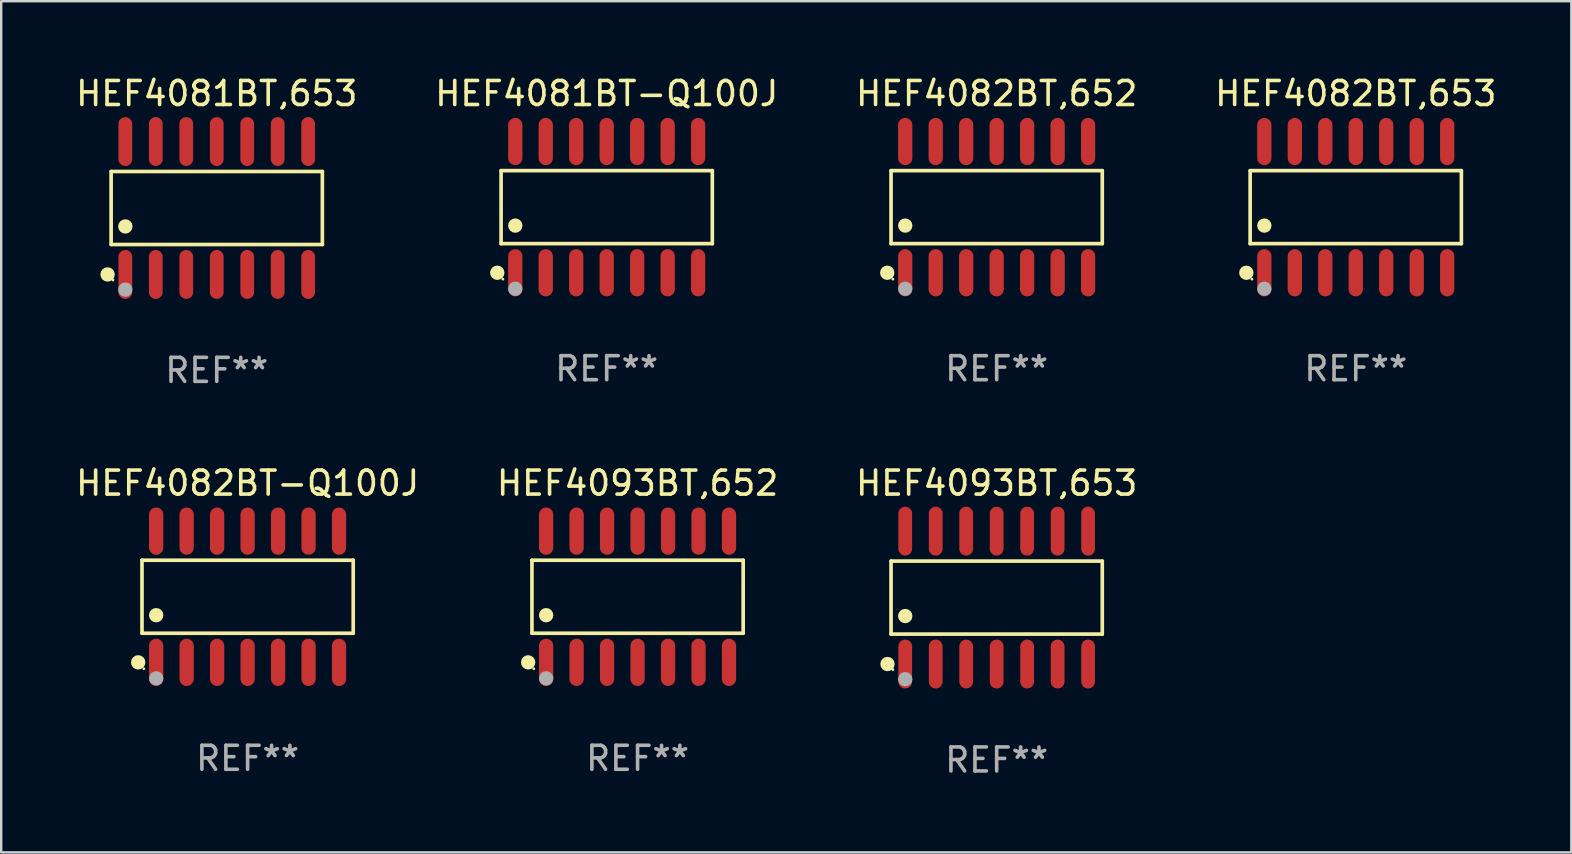
<source format=kicad_pcb>
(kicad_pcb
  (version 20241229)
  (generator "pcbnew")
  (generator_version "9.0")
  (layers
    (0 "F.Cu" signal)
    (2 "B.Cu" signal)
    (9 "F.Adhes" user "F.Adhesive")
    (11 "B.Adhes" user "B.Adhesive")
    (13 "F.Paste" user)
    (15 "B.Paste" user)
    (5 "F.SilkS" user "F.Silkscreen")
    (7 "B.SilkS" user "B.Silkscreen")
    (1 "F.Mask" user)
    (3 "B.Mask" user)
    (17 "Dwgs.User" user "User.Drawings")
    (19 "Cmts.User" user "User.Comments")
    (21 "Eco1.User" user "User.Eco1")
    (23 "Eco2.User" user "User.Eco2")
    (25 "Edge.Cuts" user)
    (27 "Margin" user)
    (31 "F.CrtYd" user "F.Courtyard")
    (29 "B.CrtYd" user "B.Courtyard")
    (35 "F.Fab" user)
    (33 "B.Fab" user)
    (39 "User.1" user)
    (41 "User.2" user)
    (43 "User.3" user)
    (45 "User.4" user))
  (footprint "HEF4093BT,652"
    (layer "F.Cu")
    (at 23.518 21.817)
    (property "Reference" "HEF4093BT,652" (at 0 -4.734 0) (layer "F.SilkS") (effects (font (size 1 1) (thickness 0.15))))
    (attr through_hole)
    (fp_line (start -4.401 -1.521) (end 4.401 -1.521) (stroke (width 0.152) (type solid)) (layer "F.SilkS"))
    (fp_line (start -4.401 1.521) (end -4.401 -1.521) (stroke (width 0.152) (type solid)) (layer "F.SilkS"))
    (fp_line (start 4.401 -1.521) (end 4.401 1.521) (stroke (width 0.152) (type solid)) (layer "F.SilkS"))
    (fp_line (start 4.401 1.521) (end -4.401 1.521) (stroke (width 0.152) (type solid)) (layer "F.SilkS"))
    (fp_circle (center -4.56 2.734) (end -4.41 2.734) (stroke (width 0.3) (type solid)) (fill no) (layer "F.SilkS"))
    (fp_circle (center -4.325 3) (end -4.295 3) (stroke (width 0.06) (type solid)) (fill no) (layer "F.SilkS"))
    (fp_circle (center -3.81 0.769) (end -3.66 0.769) (stroke (width 0.3) (type solid)) (fill no) (layer "F.SilkS"))
    (fp_circle (center -3.81 3.4) (end -3.66 3.4) (stroke (width 0.3) (type solid)) (fill no) (layer "F.Fab"))
    (fp_text user "REF**" (at 0 6.734 0) (layer "F.Fab") (effects (font (size 1 1) (thickness 0.15))))
    (pad "1" smd oval (at -3.81 2.734) (size 0.595 1.968) (layers "F.Cu" "F.Mask" "F.Paste"))
    (pad "2" smd oval (at -2.54 2.734) (size 0.595 1.968) (layers "F.Cu" "F.Mask" "F.Paste"))
    (pad "3" smd oval (at -1.27 2.734) (size 0.595 1.968) (layers "F.Cu" "F.Mask" "F.Paste"))
    (pad "4" smd oval (at 0 2.734) (size 0.595 1.968) (layers "F.Cu" "F.Mask" "F.Paste"))
    (pad "5" smd oval (at 1.27 2.734) (size 0.595 1.968) (layers "F.Cu" "F.Mask" "F.Paste"))
    (pad "6" smd oval (at 2.54 2.734) (size 0.595 1.968) (layers "F.Cu" "F.Mask" "F.Paste"))
    (pad "7" smd oval (at 3.81 2.734) (size 0.595 1.968) (layers "F.Cu" "F.Mask" "F.Paste"))
    (pad "8" smd oval (at 3.81 -2.734) (size 0.595 1.968) (layers "F.Cu" "F.Mask" "F.Paste"))
    (pad "9" smd oval (at 2.54 -2.734) (size 0.595 1.968) (layers "F.Cu" "F.Mask" "F.Paste"))
    (pad "10" smd oval (at 1.27 -2.734) (size 0.595 1.968) (layers "F.Cu" "F.Mask" "F.Paste"))
    (pad "11" smd oval (at 0 -2.734) (size 0.595 1.968) (layers "F.Cu" "F.Mask" "F.Paste"))
    (pad "12" smd oval (at -1.27 -2.734) (size 0.595 1.968) (layers "F.Cu" "F.Mask" "F.Paste"))
    (pad "13" smd oval (at -2.54 -2.734) (size 0.595 1.968) (layers "F.Cu" "F.Mask" "F.Paste"))
    (pad "14" smd oval (at -3.81 -2.734) (size 0.595 1.968) (layers "F.Cu" "F.Mask" "F.Paste")))
  (footprint "HEF4082BT,652"
    (layer "F.Cu")
    (at 38.482 5.582)
    (property "Reference" "HEF4082BT,652" (at 0 -4.734 0) (layer "F.SilkS") (effects (font (size 1 1) (thickness 0.15))))
    (attr through_hole)
    (fp_line (start -4.401 -1.521) (end 4.401 -1.521) (stroke (width 0.152) (type solid)) (layer "F.SilkS"))
    (fp_line (start -4.401 1.521) (end -4.401 -1.521) (stroke (width 0.152) (type solid)) (layer "F.SilkS"))
    (fp_line (start 4.401 -1.521) (end 4.401 1.521) (stroke (width 0.152) (type solid)) (layer "F.SilkS"))
    (fp_line (start 4.401 1.521) (end -4.401 1.521) (stroke (width 0.152) (type solid)) (layer "F.SilkS"))
    (fp_circle (center -4.56 2.734) (end -4.41 2.734) (stroke (width 0.3) (type solid)) (fill no) (layer "F.SilkS"))
    (fp_circle (center -4.325 3) (end -4.295 3) (stroke (width 0.06) (type solid)) (fill no) (layer "F.SilkS"))
    (fp_circle (center -3.81 0.769) (end -3.66 0.769) (stroke (width 0.3) (type solid)) (fill no) (layer "F.SilkS"))
    (fp_circle (center -3.81 3.4) (end -3.66 3.4) (stroke (width 0.3) (type solid)) (fill no) (layer "F.Fab"))
    (fp_text user "REF**" (at 0 6.734 0) (layer "F.Fab") (effects (font (size 1 1) (thickness 0.15))))
    (pad "1" smd oval (at -3.81 2.734) (size 0.595 1.968) (layers "F.Cu" "F.Mask" "F.Paste"))
    (pad "2" smd oval (at -2.54 2.734) (size 0.595 1.968) (layers "F.Cu" "F.Mask" "F.Paste"))
    (pad "3" smd oval (at -1.27 2.734) (size 0.595 1.968) (layers "F.Cu" "F.Mask" "F.Paste"))
    (pad "4" smd oval (at 0 2.734) (size 0.595 1.968) (layers "F.Cu" "F.Mask" "F.Paste"))
    (pad "5" smd oval (at 1.27 2.734) (size 0.595 1.968) (layers "F.Cu" "F.Mask" "F.Paste"))
    (pad "6" smd oval (at 2.54 2.734) (size 0.595 1.968) (layers "F.Cu" "F.Mask" "F.Paste"))
    (pad "7" smd oval (at 3.81 2.734) (size 0.595 1.968) (layers "F.Cu" "F.Mask" "F.Paste"))
    (pad "8" smd oval (at 3.81 -2.734) (size 0.595 1.968) (layers "F.Cu" "F.Mask" "F.Paste"))
    (pad "9" smd oval (at 2.54 -2.734) (size 0.595 1.968) (layers "F.Cu" "F.Mask" "F.Paste"))
    (pad "10" smd oval (at 1.27 -2.734) (size 0.595 1.968) (layers "F.Cu" "F.Mask" "F.Paste"))
    (pad "11" smd oval (at 0 -2.734) (size 0.595 1.968) (layers "F.Cu" "F.Mask" "F.Paste"))
    (pad "12" smd oval (at -1.27 -2.734) (size 0.595 1.968) (layers "F.Cu" "F.Mask" "F.Paste"))
    (pad "13" smd oval (at -2.54 -2.734) (size 0.595 1.968) (layers "F.Cu" "F.Mask" "F.Paste"))
    (pad "14" smd oval (at -3.81 -2.734) (size 0.595 1.968) (layers "F.Cu" "F.Mask" "F.Paste")))
  (footprint "HEF4082BT-Q100J"
    (layer "F.Cu")
    (at 7.268 21.817)
    (property "Reference" "HEF4082BT-Q100J" (at 0 -4.734 0) (layer "F.SilkS") (effects (font (size 1 1) (thickness 0.15))))
    (attr through_hole)
    (fp_line (start -4.401 -1.521) (end 4.401 -1.521) (stroke (width 0.152) (type solid)) (layer "F.SilkS"))
    (fp_line (start -4.401 1.521) (end -4.401 -1.521) (stroke (width 0.152) (type solid)) (layer "F.SilkS"))
    (fp_line (start 4.401 -1.521) (end 4.401 1.521) (stroke (width 0.152) (type solid)) (layer "F.SilkS"))
    (fp_line (start 4.401 1.521) (end -4.401 1.521) (stroke (width 0.152) (type solid)) (layer "F.SilkS"))
    (fp_circle (center -4.56 2.734) (end -4.41 2.734) (stroke (width 0.3) (type solid)) (fill no) (layer "F.SilkS"))
    (fp_circle (center -4.325 3) (end -4.295 3) (stroke (width 0.06) (type solid)) (fill no) (layer "F.SilkS"))
    (fp_circle (center -3.81 0.769) (end -3.66 0.769) (stroke (width 0.3) (type solid)) (fill no) (layer "F.SilkS"))
    (fp_circle (center -3.81 3.4) (end -3.66 3.4) (stroke (width 0.3) (type solid)) (fill no) (layer "F.Fab"))
    (fp_text user "REF**" (at 0 6.734 0) (layer "F.Fab") (effects (font (size 1 1) (thickness 0.15))))
    (pad "1" smd oval (at -3.81 2.734) (size 0.595 1.968) (layers "F.Cu" "F.Mask" "F.Paste"))
    (pad "2" smd oval (at -2.54 2.734) (size 0.595 1.968) (layers "F.Cu" "F.Mask" "F.Paste"))
    (pad "3" smd oval (at -1.27 2.734) (size 0.595 1.968) (layers "F.Cu" "F.Mask" "F.Paste"))
    (pad "4" smd oval (at 0 2.734) (size 0.595 1.968) (layers "F.Cu" "F.Mask" "F.Paste"))
    (pad "5" smd oval (at 1.27 2.734) (size 0.595 1.968) (layers "F.Cu" "F.Mask" "F.Paste"))
    (pad "6" smd oval (at 2.54 2.734) (size 0.595 1.968) (layers "F.Cu" "F.Mask" "F.Paste"))
    (pad "7" smd oval (at 3.81 2.734) (size 0.595 1.968) (layers "F.Cu" "F.Mask" "F.Paste"))
    (pad "8" smd oval (at 3.81 -2.734) (size 0.595 1.968) (layers "F.Cu" "F.Mask" "F.Paste"))
    (pad "9" smd oval (at 2.54 -2.734) (size 0.595 1.968) (layers "F.Cu" "F.Mask" "F.Paste"))
    (pad "10" smd oval (at 1.27 -2.734) (size 0.595 1.968) (layers "F.Cu" "F.Mask" "F.Paste"))
    (pad "11" smd oval (at 0 -2.734) (size 0.595 1.968) (layers "F.Cu" "F.Mask" "F.Paste"))
    (pad "12" smd oval (at -1.27 -2.734) (size 0.595 1.968) (layers "F.Cu" "F.Mask" "F.Paste"))
    (pad "13" smd oval (at -2.54 -2.734) (size 0.595 1.968) (layers "F.Cu" "F.Mask" "F.Paste"))
    (pad "14" smd oval (at -3.81 -2.734) (size 0.595 1.968) (layers "F.Cu" "F.Mask" "F.Paste")))
  (footprint "HEF4093BT,653"
    (layer "F.Cu")
    (at 38.482 21.852)
    (property "Reference" "HEF4093BT,653" (at 0 -4.769 0) (layer "F.SilkS") (effects (font (size 1 1) (thickness 0.15))))
    (attr through_hole)
    (fp_line (start -4.401 -1.521) (end 4.401 -1.521) (stroke (width 0.152) (type solid)) (layer "F.SilkS"))
    (fp_line (start -4.401 1.521) (end -4.401 -1.521) (stroke (width 0.152) (type solid)) (layer "F.SilkS"))
    (fp_line (start 4.401 -1.521) (end 4.401 1.521) (stroke (width 0.152) (type solid)) (layer "F.SilkS"))
    (fp_line (start 4.401 1.521) (end -4.401 1.521) (stroke (width 0.152) (type solid)) (layer "F.SilkS"))
    (fp_circle (center -4.549 2.769) (end -4.399 2.769) (stroke (width 0.3) (type solid)) (fill no) (layer "F.SilkS"))
    (fp_circle (center -4.325 3) (end -4.295 3) (stroke (width 0.06) (type solid)) (fill no) (layer "F.SilkS"))
    (fp_circle (center -3.81 0.769) (end -3.66 0.769) (stroke (width 0.3) (type solid)) (fill no) (layer "F.SilkS"))
    (fp_circle (center -3.81 3.4) (end -3.66 3.4) (stroke (width 0.3) (type solid)) (fill no) (layer "F.Fab"))
    (fp_text user "REF**" (at 0 6.769 0) (layer "F.Fab") (effects (font (size 1 1) (thickness 0.15))))
    (pad "1" smd oval (at -3.81 2.769) (size 0.574 2.038) (layers "F.Cu" "F.Mask" "F.Paste"))
    (pad "2" smd oval (at -2.54 2.769) (size 0.574 2.038) (layers "F.Cu" "F.Mask" "F.Paste"))
    (pad "3" smd oval (at -1.27 2.769) (size 0.574 2.038) (layers "F.Cu" "F.Mask" "F.Paste"))
    (pad "4" smd oval (at 0 2.769) (size 0.574 2.038) (layers "F.Cu" "F.Mask" "F.Paste"))
    (pad "5" smd oval (at 1.27 2.769) (size 0.574 2.038) (layers "F.Cu" "F.Mask" "F.Paste"))
    (pad "6" smd oval (at 2.54 2.769) (size 0.574 2.038) (layers "F.Cu" "F.Mask" "F.Paste"))
    (pad "7" smd oval (at 3.81 2.769) (size 0.574 2.038) (layers "F.Cu" "F.Mask" "F.Paste"))
    (pad "8" smd oval (at 3.81 -2.769) (size 0.574 2.038) (layers "F.Cu" "F.Mask" "F.Paste"))
    (pad "9" smd oval (at 2.54 -2.769) (size 0.574 2.038) (layers "F.Cu" "F.Mask" "F.Paste"))
    (pad "10" smd oval (at 1.27 -2.769) (size 0.574 2.038) (layers "F.Cu" "F.Mask" "F.Paste"))
    (pad "11" smd oval (at 0 -2.769) (size 0.574 2.038) (layers "F.Cu" "F.Mask" "F.Paste"))
    (pad "12" smd oval (at -1.27 -2.769) (size 0.574 2.038) (layers "F.Cu" "F.Mask" "F.Paste"))
    (pad "13" smd oval (at -2.54 -2.769) (size 0.574 2.038) (layers "F.Cu" "F.Mask" "F.Paste"))
    (pad "14" smd oval (at -3.81 -2.769) (size 0.574 2.038) (layers "F.Cu" "F.Mask" "F.Paste")))
  (footprint "HEF4081BT,653"
    (layer "F.Cu")
    (at 5.982 5.617)
    (property "Reference" "HEF4081BT,653" (at 0 -4.769 0) (layer "F.SilkS") (effects (font (size 1 1) (thickness 0.15))))
    (attr through_hole)
    (fp_line (start -4.401 -1.521) (end 4.401 -1.521) (stroke (width 0.152) (type solid)) (layer "F.SilkS"))
    (fp_line (start -4.401 1.521) (end -4.401 -1.521) (stroke (width 0.152) (type solid)) (layer "F.SilkS"))
    (fp_line (start 4.401 -1.521) (end 4.401 1.521) (stroke (width 0.152) (type solid)) (layer "F.SilkS"))
    (fp_line (start 4.401 1.521) (end -4.401 1.521) (stroke (width 0.152) (type solid)) (layer "F.SilkS"))
    (fp_circle (center -4.549 2.769) (end -4.399 2.769) (stroke (width 0.3) (type solid)) (fill no) (layer "F.SilkS"))
    (fp_circle (center -4.325 3) (end -4.295 3) (stroke (width 0.06) (type solid)) (fill no) (layer "F.SilkS"))
    (fp_circle (center -3.81 0.769) (end -3.66 0.769) (stroke (width 0.3) (type solid)) (fill no) (layer "F.SilkS"))
    (fp_circle (center -3.81 3.4) (end -3.66 3.4) (stroke (width 0.3) (type solid)) (fill no) (layer "F.Fab"))
    (fp_text user "REF**" (at 0 6.769 0) (layer "F.Fab") (effects (font (size 1 1) (thickness 0.15))))
    (pad "1" smd oval (at -3.81 2.769) (size 0.574 2.038) (layers "F.Cu" "F.Mask" "F.Paste"))
    (pad "2" smd oval (at -2.54 2.769) (size 0.574 2.038) (layers "F.Cu" "F.Mask" "F.Paste"))
    (pad "3" smd oval (at -1.27 2.769) (size 0.574 2.038) (layers "F.Cu" "F.Mask" "F.Paste"))
    (pad "4" smd oval (at 0 2.769) (size 0.574 2.038) (layers "F.Cu" "F.Mask" "F.Paste"))
    (pad "5" smd oval (at 1.27 2.769) (size 0.574 2.038) (layers "F.Cu" "F.Mask" "F.Paste"))
    (pad "6" smd oval (at 2.54 2.769) (size 0.574 2.038) (layers "F.Cu" "F.Mask" "F.Paste"))
    (pad "7" smd oval (at 3.81 2.769) (size 0.574 2.038) (layers "F.Cu" "F.Mask" "F.Paste"))
    (pad "8" smd oval (at 3.81 -2.769) (size 0.574 2.038) (layers "F.Cu" "F.Mask" "F.Paste"))
    (pad "9" smd oval (at 2.54 -2.769) (size 0.574 2.038) (layers "F.Cu" "F.Mask" "F.Paste"))
    (pad "10" smd oval (at 1.27 -2.769) (size 0.574 2.038) (layers "F.Cu" "F.Mask" "F.Paste"))
    (pad "11" smd oval (at 0 -2.769) (size 0.574 2.038) (layers "F.Cu" "F.Mask" "F.Paste"))
    (pad "12" smd oval (at -1.27 -2.769) (size 0.574 2.038) (layers "F.Cu" "F.Mask" "F.Paste"))
    (pad "13" smd oval (at -2.54 -2.769) (size 0.574 2.038) (layers "F.Cu" "F.Mask" "F.Paste"))
    (pad "14" smd oval (at -3.81 -2.769) (size 0.574 2.038) (layers "F.Cu" "F.Mask" "F.Paste")))
  (footprint "HEF4082BT,653"
    (layer "F.Cu")
    (at 53.446 5.582)
    (property "Reference" "HEF4082BT,653" (at 0 -4.734 0) (layer "F.SilkS") (effects (font (size 1 1) (thickness 0.15))))
    (attr through_hole)
    (fp_line (start -4.401 -1.521) (end 4.401 -1.521) (stroke (width 0.152) (type solid)) (layer "F.SilkS"))
    (fp_line (start -4.401 1.521) (end -4.401 -1.521) (stroke (width 0.152) (type solid)) (layer "F.SilkS"))
    (fp_line (start 4.401 -1.521) (end 4.401 1.521) (stroke (width 0.152) (type solid)) (layer "F.SilkS"))
    (fp_line (start 4.401 1.521) (end -4.401 1.521) (stroke (width 0.152) (type solid)) (layer "F.SilkS"))
    (fp_circle (center -4.56 2.734) (end -4.41 2.734) (stroke (width 0.3) (type solid)) (fill no) (layer "F.SilkS"))
    (fp_circle (center -4.325 3) (end -4.295 3) (stroke (width 0.06) (type solid)) (fill no) (layer "F.SilkS"))
    (fp_circle (center -3.81 0.769) (end -3.66 0.769) (stroke (width 0.3) (type solid)) (fill no) (layer "F.SilkS"))
    (fp_circle (center -3.81 3.4) (end -3.66 3.4) (stroke (width 0.3) (type solid)) (fill no) (layer "F.Fab"))
    (fp_text user "REF**" (at 0 6.734 0) (layer "F.Fab") (effects (font (size 1 1) (thickness 0.15))))
    (pad "1" smd oval (at -3.81 2.734) (size 0.595 1.968) (layers "F.Cu" "F.Mask" "F.Paste"))
    (pad "2" smd oval (at -2.54 2.734) (size 0.595 1.968) (layers "F.Cu" "F.Mask" "F.Paste"))
    (pad "3" smd oval (at -1.27 2.734) (size 0.595 1.968) (layers "F.Cu" "F.Mask" "F.Paste"))
    (pad "4" smd oval (at 0 2.734) (size 0.595 1.968) (layers "F.Cu" "F.Mask" "F.Paste"))
    (pad "5" smd oval (at 1.27 2.734) (size 0.595 1.968) (layers "F.Cu" "F.Mask" "F.Paste"))
    (pad "6" smd oval (at 2.54 2.734) (size 0.595 1.968) (layers "F.Cu" "F.Mask" "F.Paste"))
    (pad "7" smd oval (at 3.81 2.734) (size 0.595 1.968) (layers "F.Cu" "F.Mask" "F.Paste"))
    (pad "8" smd oval (at 3.81 -2.734) (size 0.595 1.968) (layers "F.Cu" "F.Mask" "F.Paste"))
    (pad "9" smd oval (at 2.54 -2.734) (size 0.595 1.968) (layers "F.Cu" "F.Mask" "F.Paste"))
    (pad "10" smd oval (at 1.27 -2.734) (size 0.595 1.968) (layers "F.Cu" "F.Mask" "F.Paste"))
    (pad "11" smd oval (at 0 -2.734) (size 0.595 1.968) (layers "F.Cu" "F.Mask" "F.Paste"))
    (pad "12" smd oval (at -1.27 -2.734) (size 0.595 1.968) (layers "F.Cu" "F.Mask" "F.Paste"))
    (pad "13" smd oval (at -2.54 -2.734) (size 0.595 1.968) (layers "F.Cu" "F.Mask" "F.Paste"))
    (pad "14" smd oval (at -3.81 -2.734) (size 0.595 1.968) (layers "F.Cu" "F.Mask" "F.Paste")))
  (footprint "HEF4081BT-Q100J"
    (layer "F.Cu")
    (at 22.232 5.582)
    (property "Reference" "HEF4081BT-Q100J" (at 0 -4.734 0) (layer "F.SilkS") (effects (font (size 1 1) (thickness 0.15))))
    (attr through_hole)
    (fp_line (start -4.401 -1.521) (end 4.401 -1.521) (stroke (width 0.152) (type solid)) (layer "F.SilkS"))
    (fp_line (start -4.401 1.521) (end -4.401 -1.521) (stroke (width 0.152) (type solid)) (layer "F.SilkS"))
    (fp_line (start 4.401 -1.521) (end 4.401 1.521) (stroke (width 0.152) (type solid)) (layer "F.SilkS"))
    (fp_line (start 4.401 1.521) (end -4.401 1.521) (stroke (width 0.152) (type solid)) (layer "F.SilkS"))
    (fp_circle (center -4.56 2.734) (end -4.41 2.734) (stroke (width 0.3) (type solid)) (fill no) (layer "F.SilkS"))
    (fp_circle (center -4.325 3) (end -4.295 3) (stroke (width 0.06) (type solid)) (fill no) (layer "F.SilkS"))
    (fp_circle (center -3.81 0.769) (end -3.66 0.769) (stroke (width 0.3) (type solid)) (fill no) (layer "F.SilkS"))
    (fp_circle (center -3.81 3.4) (end -3.66 3.4) (stroke (width 0.3) (type solid)) (fill no) (layer "F.Fab"))
    (fp_text user "REF**" (at 0 6.734 0) (layer "F.Fab") (effects (font (size 1 1) (thickness 0.15))))
    (pad "1" smd oval (at -3.81 2.734) (size 0.595 1.968) (layers "F.Cu" "F.Mask" "F.Paste"))
    (pad "2" smd oval (at -2.54 2.734) (size 0.595 1.968) (layers "F.Cu" "F.Mask" "F.Paste"))
    (pad "3" smd oval (at -1.27 2.734) (size 0.595 1.968) (layers "F.Cu" "F.Mask" "F.Paste"))
    (pad "4" smd oval (at 0 2.734) (size 0.595 1.968) (layers "F.Cu" "F.Mask" "F.Paste"))
    (pad "5" smd oval (at 1.27 2.734) (size 0.595 1.968) (layers "F.Cu" "F.Mask" "F.Paste"))
    (pad "6" smd oval (at 2.54 2.734) (size 0.595 1.968) (layers "F.Cu" "F.Mask" "F.Paste"))
    (pad "7" smd oval (at 3.81 2.734) (size 0.595 1.968) (layers "F.Cu" "F.Mask" "F.Paste"))
    (pad "8" smd oval (at 3.81 -2.734) (size 0.595 1.968) (layers "F.Cu" "F.Mask" "F.Paste"))
    (pad "9" smd oval (at 2.54 -2.734) (size 0.595 1.968) (layers "F.Cu" "F.Mask" "F.Paste"))
    (pad "10" smd oval (at 1.27 -2.734) (size 0.595 1.968) (layers "F.Cu" "F.Mask" "F.Paste"))
    (pad "11" smd oval (at 0 -2.734) (size 0.595 1.968) (layers "F.Cu" "F.Mask" "F.Paste"))
    (pad "12" smd oval (at -1.27 -2.734) (size 0.595 1.968) (layers "F.Cu" "F.Mask" "F.Paste"))
    (pad "13" smd oval (at -2.54 -2.734) (size 0.595 1.968) (layers "F.Cu" "F.Mask" "F.Paste"))
    (pad "14" smd oval (at -3.81 -2.734) (size 0.595 1.968) (layers "F.Cu" "F.Mask" "F.Paste")))
  (gr_rect
    (start -3 -3)
    (end 62.429 32.469)
    (stroke (width 0.1) (type default))
    (fill no)
    (layer "Edge.Cuts")))
</source>
